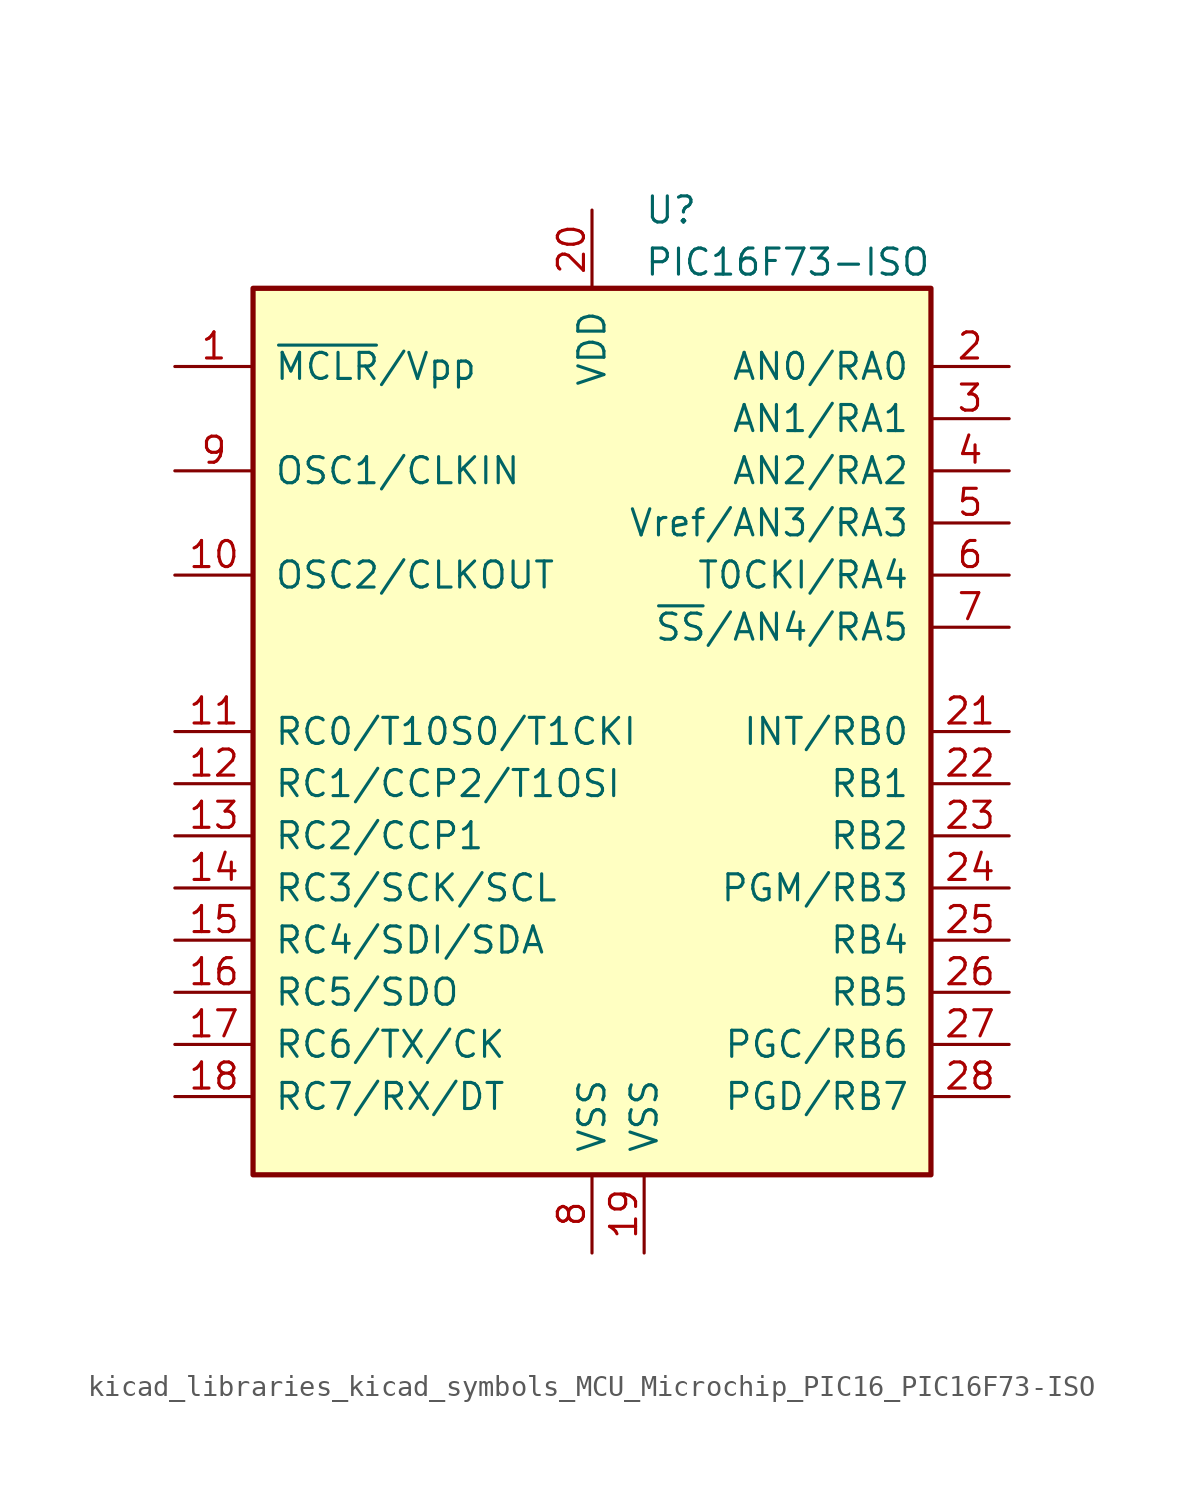
<source format=kicad_sym>
(kicad_symbol_lib
  (version 20220914)
  (generator kicad_symbol_editor)
  (symbol "kicad_libraries_kicad_symbols_MCU_Microchip_PIC16_PIC16F73-ISO"
    (pin_names
      (offset 1.016))
    (property "Reference" "U"
      (at 2.54 25.4 0)
      (effects (font (size 1.27 1.27)) (justify left)))
    (property "Value" "PIC16F73-ISO"
      (at 2.54 22.86 0)
      (effects (font (size 1.27 1.27)) (justify left)))
    (symbol "kicad_libraries_kicad_symbols_MCU_Microchip_PIC16_PIC16F73-ISO_0_1"
      (rectangle (start -16.51 -21.59) (end 16.51 21.59) (stroke (width 0.254) (type default)) (fill (type background))))
    (symbol "kicad_libraries_kicad_symbols_MCU_Microchip_PIC16_PIC16F73-ISO_1_1"
      (pin input line (at -20.32 17.78 0) (length 3.81) (name "~{MCLR}/Vpp" (effects (font (size 1.27 1.27)))) (number "1" (effects (font (size 1.27 1.27)))))
      (pin output line (at -20.32 7.62 0) (length 3.81) (name "OSC2/CLKOUT" (effects (font (size 1.27 1.27)))) (number "10" (effects (font (size 1.27 1.27)))))
      (pin bidirectional line (at -20.32 0 0) (length 3.81) (name "RC0/T10S0/T1CKI" (effects (font (size 1.27 1.27)))) (number "11" (effects (font (size 1.27 1.27)))))
      (pin bidirectional line (at -20.32 -2.54 0) (length 3.81) (name "RC1/CCP2/T1OSI" (effects (font (size 1.27 1.27)))) (number "12" (effects (font (size 1.27 1.27)))))
      (pin bidirectional line (at -20.32 -5.08 0) (length 3.81) (name "RC2/CCP1" (effects (font (size 1.27 1.27)))) (number "13" (effects (font (size 1.27 1.27)))))
      (pin bidirectional line (at -20.32 -7.62 0) (length 3.81) (name "RC3/SCK/SCL" (effects (font (size 1.27 1.27)))) (number "14" (effects (font (size 1.27 1.27)))))
      (pin bidirectional line (at -20.32 -10.16 0) (length 3.81) (name "RC4/SDI/SDA" (effects (font (size 1.27 1.27)))) (number "15" (effects (font (size 1.27 1.27)))))
      (pin bidirectional line (at -20.32 -12.7 0) (length 3.81) (name "RC5/SDO" (effects (font (size 1.27 1.27)))) (number "16" (effects (font (size 1.27 1.27)))))
      (pin bidirectional line (at -20.32 -15.24 0) (length 3.81) (name "RC6/TX/CK" (effects (font (size 1.27 1.27)))) (number "17" (effects (font (size 1.27 1.27)))))
      (pin bidirectional line (at -20.32 -17.78 0) (length 3.81) (name "RC7/RX/DT" (effects (font (size 1.27 1.27)))) (number "18" (effects (font (size 1.27 1.27)))))
      (pin power_in line (at 2.54 -25.4 90) (length 3.81) (name "VSS" (effects (font (size 1.27 1.27)))) (number "19" (effects (font (size 1.27 1.27)))))
      (pin bidirectional line (at 20.32 17.78 180) (length 3.81) (name "AN0/RA0" (effects (font (size 1.27 1.27)))) (number "2" (effects (font (size 1.27 1.27)))))
      (pin power_in line (at 0 25.4 270) (length 3.81) (name "VDD" (effects (font (size 1.27 1.27)))) (number "20" (effects (font (size 1.27 1.27)))))
      (pin bidirectional line (at 20.32 0 180) (length 3.81) (name "INT/RB0" (effects (font (size 1.27 1.27)))) (number "21" (effects (font (size 1.27 1.27)))))
      (pin bidirectional line (at 20.32 -2.54 180) (length 3.81) (name "RB1" (effects (font (size 1.27 1.27)))) (number "22" (effects (font (size 1.27 1.27)))))
      (pin bidirectional line (at 20.32 -5.08 180) (length 3.81) (name "RB2" (effects (font (size 1.27 1.27)))) (number "23" (effects (font (size 1.27 1.27)))))
      (pin bidirectional line (at 20.32 -7.62 180) (length 3.81) (name "PGM/RB3" (effects (font (size 1.27 1.27)))) (number "24" (effects (font (size 1.27 1.27)))))
      (pin bidirectional line (at 20.32 -10.16 180) (length 3.81) (name "RB4" (effects (font (size 1.27 1.27)))) (number "25" (effects (font (size 1.27 1.27)))))
      (pin bidirectional line (at 20.32 -12.7 180) (length 3.81) (name "RB5" (effects (font (size 1.27 1.27)))) (number "26" (effects (font (size 1.27 1.27)))))
      (pin bidirectional line (at 20.32 -15.24 180) (length 3.81) (name "PGC/RB6" (effects (font (size 1.27 1.27)))) (number "27" (effects (font (size 1.27 1.27)))))
      (pin bidirectional line (at 20.32 -17.78 180) (length 3.81) (name "PGD/RB7" (effects (font (size 1.27 1.27)))) (number "28" (effects (font (size 1.27 1.27)))))
      (pin bidirectional line (at 20.32 15.24 180) (length 3.81) (name "AN1/RA1" (effects (font (size 1.27 1.27)))) (number "3" (effects (font (size 1.27 1.27)))))
      (pin bidirectional line (at 20.32 12.7 180) (length 3.81) (name "AN2/RA2" (effects (font (size 1.27 1.27)))) (number "4" (effects (font (size 1.27 1.27)))))
      (pin bidirectional line (at 20.32 10.16 180) (length 3.81) (name "Vref/AN3/RA3" (effects (font (size 1.27 1.27)))) (number "5" (effects (font (size 1.27 1.27)))))
      (pin bidirectional line (at 20.32 7.62 180) (length 3.81) (name "T0CKI/RA4" (effects (font (size 1.27 1.27)))) (number "6" (effects (font (size 1.27 1.27)))))
      (pin bidirectional line (at 20.32 5.08 180) (length 3.81) (name "~{SS}/AN4/RA5" (effects (font (size 1.27 1.27)))) (number "7" (effects (font (size 1.27 1.27)))))
      (pin power_in line (at 0 -25.4 90) (length 3.81) (name "VSS" (effects (font (size 1.27 1.27)))) (number "8" (effects (font (size 1.27 1.27)))))
      (pin input line (at -20.32 12.7 0) (length 3.81) (name "OSC1/CLKIN" (effects (font (size 1.27 1.27)))) (number "9" (effects (font (size 1.27 1.27))))))))
</source>
